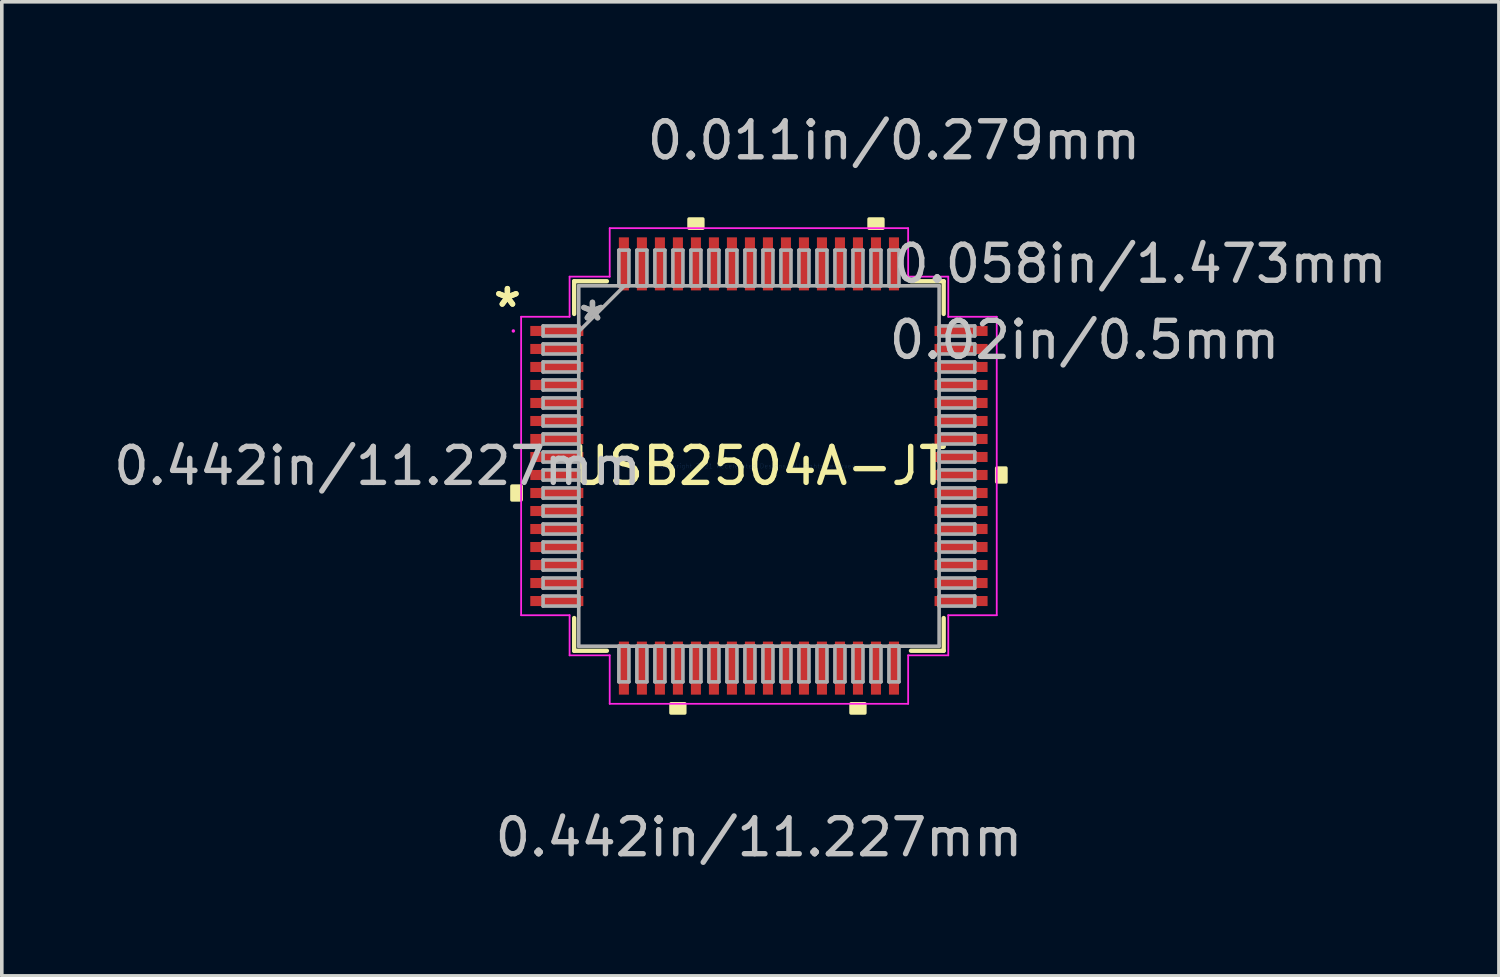
<source format=kicad_pcb>
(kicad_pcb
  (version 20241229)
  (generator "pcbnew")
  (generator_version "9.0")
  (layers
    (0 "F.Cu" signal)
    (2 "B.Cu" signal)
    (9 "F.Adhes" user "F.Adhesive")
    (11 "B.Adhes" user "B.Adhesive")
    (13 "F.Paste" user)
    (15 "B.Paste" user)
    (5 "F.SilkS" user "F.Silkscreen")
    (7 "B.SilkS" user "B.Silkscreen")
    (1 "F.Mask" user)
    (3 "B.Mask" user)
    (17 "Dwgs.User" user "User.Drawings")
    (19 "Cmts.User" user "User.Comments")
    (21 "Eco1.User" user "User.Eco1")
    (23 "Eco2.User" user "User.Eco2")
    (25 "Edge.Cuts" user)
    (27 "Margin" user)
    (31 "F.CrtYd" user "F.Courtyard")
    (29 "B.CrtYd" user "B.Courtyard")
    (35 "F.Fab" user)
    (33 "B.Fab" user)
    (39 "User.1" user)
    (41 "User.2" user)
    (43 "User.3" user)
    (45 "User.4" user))
  (footprint "USB2504A-JT"
    (layer "F.Cu")
    (at 18.026 9.891)
    (property "Reference" "USB2504A-JT" (at 0 0 0) (layer "F.SilkS") (effects (font (size 1 1) (thickness 0.15))))
    (attr through_hole)
    (fp_line (start -5.131 -5.131) (end -5.131 -4.222) (stroke (width 0.12) (type solid)) (layer "F.SilkS"))
    (fp_line (start -5.131 4.222) (end -5.131 5.131) (stroke (width 0.12) (type solid)) (layer "F.SilkS"))
    (fp_line (start -5.131 5.131) (end -4.222 5.131) (stroke (width 0.12) (type solid)) (layer "F.SilkS"))
    (fp_line (start -4.222 -5.131) (end -5.131 -5.131) (stroke (width 0.12) (type solid)) (layer "F.SilkS"))
    (fp_line (start 4.222 5.131) (end 5.131 5.131) (stroke (width 0.12) (type solid)) (layer "F.SilkS"))
    (fp_line (start 5.131 -5.131) (end 4.222 -5.131) (stroke (width 0.12) (type solid)) (layer "F.SilkS"))
    (fp_line (start 5.131 -4.222) (end 5.131 -5.131) (stroke (width 0.12) (type solid)) (layer "F.SilkS"))
    (fp_line (start 5.131 5.131) (end 5.131 4.222) (stroke (width 0.12) (type solid)) (layer "F.SilkS"))
    (fp_poly (pts (xy -6.858 0.56) (xy -6.858 0.941) (xy -6.604 0.941) (xy -6.604 0.56)) (stroke (width 0.1) (type solid)) (fill yes) (layer "F.SilkS"))
    (fp_poly (pts (xy -2.441 6.604) (xy -2.441 6.858) (xy -2.06 6.858) (xy -2.06 6.604)) (stroke (width 0.1) (type solid)) (fill yes) (layer "F.SilkS"))
    (fp_poly (pts (xy -1.94 -6.604) (xy -1.94 -6.858) (xy -1.559 -6.858) (xy -1.559 -6.604)) (stroke (width 0.1) (type solid)) (fill yes) (layer "F.SilkS"))
    (fp_poly (pts (xy 2.559 6.604) (xy 2.559 6.858) (xy 2.941 6.858) (xy 2.941 6.604)) (stroke (width 0.1) (type solid)) (fill yes) (layer "F.SilkS"))
    (fp_poly (pts (xy 3.06 -6.604) (xy 3.06 -6.858) (xy 3.441 -6.858) (xy 3.441 -6.604)) (stroke (width 0.1) (type solid)) (fill yes) (layer "F.SilkS"))
    (fp_poly (pts (xy 6.858 0.059) (xy 6.858 0.441) (xy 6.604 0.441) (xy 6.604 0.059)) (stroke (width 0.1) (type solid)) (fill yes) (layer "F.SilkS"))
    (fp_line (start -6.604 -4.144) (end -5.258 -4.144) (stroke (width 0.05) (type solid)) (layer "F.CrtYd"))
    (fp_line (start -6.604 4.144) (end -6.604 -4.144) (stroke (width 0.05) (type solid)) (layer "F.CrtYd"))
    (fp_line (start -5.258 -5.258) (end -4.144 -5.258) (stroke (width 0.05) (type solid)) (layer "F.CrtYd"))
    (fp_line (start -5.258 -4.144) (end -5.258 -5.258) (stroke (width 0.05) (type solid)) (layer "F.CrtYd"))
    (fp_line (start -5.258 4.144) (end -6.604 4.144) (stroke (width 0.05) (type solid)) (layer "F.CrtYd"))
    (fp_line (start -5.258 5.258) (end -5.258 4.144) (stroke (width 0.05) (type solid)) (layer "F.CrtYd"))
    (fp_line (start -4.144 -6.604) (end 4.144 -6.604) (stroke (width 0.05) (type solid)) (layer "F.CrtYd"))
    (fp_line (start -4.144 -5.258) (end -4.144 -6.604) (stroke (width 0.05) (type solid)) (layer "F.CrtYd"))
    (fp_line (start -4.144 5.258) (end -5.258 5.258) (stroke (width 0.05) (type solid)) (layer "F.CrtYd"))
    (fp_line (start -4.144 6.604) (end -4.144 5.258) (stroke (width 0.05) (type solid)) (layer "F.CrtYd"))
    (fp_line (start 4.144 -6.604) (end 4.144 -5.258) (stroke (width 0.05) (type solid)) (layer "F.CrtYd"))
    (fp_line (start 4.144 -5.258) (end 5.258 -5.258) (stroke (width 0.05) (type solid)) (layer "F.CrtYd"))
    (fp_line (start 4.144 5.258) (end 4.144 6.604) (stroke (width 0.05) (type solid)) (layer "F.CrtYd"))
    (fp_line (start 4.144 6.604) (end -4.144 6.604) (stroke (width 0.05) (type solid)) (layer "F.CrtYd"))
    (fp_line (start 5.258 -5.258) (end 5.258 -4.144) (stroke (width 0.05) (type solid)) (layer "F.CrtYd"))
    (fp_line (start 5.258 -4.144) (end 6.604 -4.144) (stroke (width 0.05) (type solid)) (layer "F.CrtYd"))
    (fp_line (start 5.258 4.144) (end 5.258 5.258) (stroke (width 0.05) (type solid)) (layer "F.CrtYd"))
    (fp_line (start 5.258 5.258) (end 4.144 5.258) (stroke (width 0.05) (type solid)) (layer "F.CrtYd"))
    (fp_line (start 6.604 -4.144) (end 6.604 4.144) (stroke (width 0.05) (type solid)) (layer "F.CrtYd"))
    (fp_line (start 6.604 4.144) (end 5.258 4.144) (stroke (width 0.05) (type solid)) (layer "F.CrtYd"))
    (fp_circle (center -6.82 -3.75) (end -6.82 -3.75) (stroke (width 0.05) (type solid)) (fill no) (layer "F.CrtYd"))
    (fp_line (start -5.994 -3.89) (end -5.994 -3.61) (stroke (width 0.1) (type solid)) (layer "F.Fab"))
    (fp_line (start -5.994 -3.61) (end -5.004 -3.61) (stroke (width 0.1) (type solid)) (layer "F.Fab"))
    (fp_line (start -5.994 -3.39) (end -5.994 -3.11) (stroke (width 0.1) (type solid)) (layer "F.Fab"))
    (fp_line (start -5.994 -3.11) (end -5.004 -3.11) (stroke (width 0.1) (type solid)) (layer "F.Fab"))
    (fp_line (start -5.994 -2.89) (end -5.994 -2.61) (stroke (width 0.1) (type solid)) (layer "F.Fab"))
    (fp_line (start -5.994 -2.61) (end -5.004 -2.61) (stroke (width 0.1) (type solid)) (layer "F.Fab"))
    (fp_line (start -5.994 -2.39) (end -5.994 -2.11) (stroke (width 0.1) (type solid)) (layer "F.Fab"))
    (fp_line (start -5.994 -2.11) (end -5.004 -2.11) (stroke (width 0.1) (type solid)) (layer "F.Fab"))
    (fp_line (start -5.994 -1.89) (end -5.994 -1.61) (stroke (width 0.1) (type solid)) (layer "F.Fab"))
    (fp_line (start -5.994 -1.61) (end -5.004 -1.61) (stroke (width 0.1) (type solid)) (layer "F.Fab"))
    (fp_line (start -5.994 -1.39) (end -5.994 -1.11) (stroke (width 0.1) (type solid)) (layer "F.Fab"))
    (fp_line (start -5.994 -1.11) (end -5.004 -1.11) (stroke (width 0.1) (type solid)) (layer "F.Fab"))
    (fp_line (start -5.994 -0.89) (end -5.994 -0.61) (stroke (width 0.1) (type solid)) (layer "F.Fab"))
    (fp_line (start -5.994 -0.61) (end -5.004 -0.61) (stroke (width 0.1) (type solid)) (layer "F.Fab"))
    (fp_line (start -5.994 -0.39) (end -5.994 -0.11) (stroke (width 0.1) (type solid)) (layer "F.Fab"))
    (fp_line (start -5.994 -0.11) (end -5.004 -0.11) (stroke (width 0.1) (type solid)) (layer "F.Fab"))
    (fp_line (start -5.994 0.11) (end -5.994 0.39) (stroke (width 0.1) (type solid)) (layer "F.Fab"))
    (fp_line (start -5.994 0.39) (end -5.004 0.39) (stroke (width 0.1) (type solid)) (layer "F.Fab"))
    (fp_line (start -5.994 0.61) (end -5.994 0.89) (stroke (width 0.1) (type solid)) (layer "F.Fab"))
    (fp_line (start -5.994 0.89) (end -5.004 0.89) (stroke (width 0.1) (type solid)) (layer "F.Fab"))
    (fp_line (start -5.994 1.11) (end -5.994 1.39) (stroke (width 0.1) (type solid)) (layer "F.Fab"))
    (fp_line (start -5.994 1.39) (end -5.004 1.39) (stroke (width 0.1) (type solid)) (layer "F.Fab"))
    (fp_line (start -5.994 1.61) (end -5.994 1.89) (stroke (width 0.1) (type solid)) (layer "F.Fab"))
    (fp_line (start -5.994 1.89) (end -5.004 1.89) (stroke (width 0.1) (type solid)) (layer "F.Fab"))
    (fp_line (start -5.994 2.11) (end -5.994 2.39) (stroke (width 0.1) (type solid)) (layer "F.Fab"))
    (fp_line (start -5.994 2.39) (end -5.004 2.39) (stroke (width 0.1) (type solid)) (layer "F.Fab"))
    (fp_line (start -5.994 2.61) (end -5.994 2.89) (stroke (width 0.1) (type solid)) (layer "F.Fab"))
    (fp_line (start -5.994 2.89) (end -5.004 2.89) (stroke (width 0.1) (type solid)) (layer "F.Fab"))
    (fp_line (start -5.994 3.11) (end -5.994 3.39) (stroke (width 0.1) (type solid)) (layer "F.Fab"))
    (fp_line (start -5.994 3.39) (end -5.004 3.39) (stroke (width 0.1) (type solid)) (layer "F.Fab"))
    (fp_line (start -5.994 3.61) (end -5.994 3.89) (stroke (width 0.1) (type solid)) (layer "F.Fab"))
    (fp_line (start -5.994 3.89) (end -5.004 3.89) (stroke (width 0.1) (type solid)) (layer "F.Fab"))
    (fp_line (start -5.004 -5.004) (end -5.004 -5.004) (stroke (width 0.1) (type solid)) (layer "F.Fab"))
    (fp_line (start -5.004 -5.004) (end -5.004 5.004) (stroke (width 0.1) (type solid)) (layer "F.Fab"))
    (fp_line (start -5.004 -3.89) (end -5.994 -3.89) (stroke (width 0.1) (type solid)) (layer "F.Fab"))
    (fp_line (start -5.004 -3.734) (end -3.734 -5.004) (stroke (width 0.1) (type solid)) (layer "F.Fab"))
    (fp_line (start -5.004 -3.61) (end -5.004 -3.89) (stroke (width 0.1) (type solid)) (layer "F.Fab"))
    (fp_line (start -5.004 -3.39) (end -5.994 -3.39) (stroke (width 0.1) (type solid)) (layer "F.Fab"))
    (fp_line (start -5.004 -3.11) (end -5.004 -3.39) (stroke (width 0.1) (type solid)) (layer "F.Fab"))
    (fp_line (start -5.004 -2.89) (end -5.994 -2.89) (stroke (width 0.1) (type solid)) (layer "F.Fab"))
    (fp_line (start -5.004 -2.61) (end -5.004 -2.89) (stroke (width 0.1) (type solid)) (layer "F.Fab"))
    (fp_line (start -5.004 -2.39) (end -5.994 -2.39) (stroke (width 0.1) (type solid)) (layer "F.Fab"))
    (fp_line (start -5.004 -2.11) (end -5.004 -2.39) (stroke (width 0.1) (type solid)) (layer "F.Fab"))
    (fp_line (start -5.004 -1.89) (end -5.994 -1.89) (stroke (width 0.1) (type solid)) (layer "F.Fab"))
    (fp_line (start -5.004 -1.61) (end -5.004 -1.89) (stroke (width 0.1) (type solid)) (layer "F.Fab"))
    (fp_line (start -5.004 -1.39) (end -5.994 -1.39) (stroke (width 0.1) (type solid)) (layer "F.Fab"))
    (fp_line (start -5.004 -1.11) (end -5.004 -1.39) (stroke (width 0.1) (type solid)) (layer "F.Fab"))
    (fp_line (start -5.004 -0.89) (end -5.994 -0.89) (stroke (width 0.1) (type solid)) (layer "F.Fab"))
    (fp_line (start -5.004 -0.61) (end -5.004 -0.89) (stroke (width 0.1) (type solid)) (layer "F.Fab"))
    (fp_line (start -5.004 -0.39) (end -5.994 -0.39) (stroke (width 0.1) (type solid)) (layer "F.Fab"))
    (fp_line (start -5.004 -0.11) (end -5.004 -0.39) (stroke (width 0.1) (type solid)) (layer "F.Fab"))
    (fp_line (start -5.004 0.11) (end -5.994 0.11) (stroke (width 0.1) (type solid)) (layer "F.Fab"))
    (fp_line (start -5.004 0.39) (end -5.004 0.11) (stroke (width 0.1) (type solid)) (layer "F.Fab"))
    (fp_line (start -5.004 0.61) (end -5.994 0.61) (stroke (width 0.1) (type solid)) (layer "F.Fab"))
    (fp_line (start -5.004 0.89) (end -5.004 0.61) (stroke (width 0.1) (type solid)) (layer "F.Fab"))
    (fp_line (start -5.004 1.11) (end -5.994 1.11) (stroke (width 0.1) (type solid)) (layer "F.Fab"))
    (fp_line (start -5.004 1.39) (end -5.004 1.11) (stroke (width 0.1) (type solid)) (layer "F.Fab"))
    (fp_line (start -5.004 1.61) (end -5.994 1.61) (stroke (width 0.1) (type solid)) (layer "F.Fab"))
    (fp_line (start -5.004 1.89) (end -5.004 1.61) (stroke (width 0.1) (type solid)) (layer "F.Fab"))
    (fp_line (start -5.004 2.11) (end -5.994 2.11) (stroke (width 0.1) (type solid)) (layer "F.Fab"))
    (fp_line (start -5.004 2.39) (end -5.004 2.11) (stroke (width 0.1) (type solid)) (layer "F.Fab"))
    (fp_line (start -5.004 2.61) (end -5.994 2.61) (stroke (width 0.1) (type solid)) (layer "F.Fab"))
    (fp_line (start -5.004 2.89) (end -5.004 2.61) (stroke (width 0.1) (type solid)) (layer "F.Fab"))
    (fp_line (start -5.004 3.11) (end -5.994 3.11) (stroke (width 0.1) (type solid)) (layer "F.Fab"))
    (fp_line (start -5.004 3.39) (end -5.004 3.11) (stroke (width 0.1) (type solid)) (layer "F.Fab"))
    (fp_line (start -5.004 3.61) (end -5.994 3.61) (stroke (width 0.1) (type solid)) (layer "F.Fab"))
    (fp_line (start -5.004 3.89) (end -5.004 3.61) (stroke (width 0.1) (type solid)) (layer "F.Fab"))
    (fp_line (start -5.004 5.004) (end -5.004 5.004) (stroke (width 0.1) (type solid)) (layer "F.Fab"))
    (fp_line (start -5.004 5.004) (end 5.004 5.004) (stroke (width 0.1) (type solid)) (layer "F.Fab"))
    (fp_line (start -3.89 -5.994) (end -3.89 -5.004) (stroke (width 0.1) (type solid)) (layer "F.Fab"))
    (fp_line (start -3.89 -5.004) (end -3.61 -5.004) (stroke (width 0.1) (type solid)) (layer "F.Fab"))
    (fp_line (start -3.89 5.004) (end -3.89 5.994) (stroke (width 0.1) (type solid)) (layer "F.Fab"))
    (fp_line (start -3.89 5.994) (end -3.61 5.994) (stroke (width 0.1) (type solid)) (layer "F.Fab"))
    (fp_line (start -3.61 -5.994) (end -3.89 -5.994) (stroke (width 0.1) (type solid)) (layer "F.Fab"))
    (fp_line (start -3.61 -5.004) (end -3.61 -5.994) (stroke (width 0.1) (type solid)) (layer "F.Fab"))
    (fp_line (start -3.61 5.004) (end -3.89 5.004) (stroke (width 0.1) (type solid)) (layer "F.Fab"))
    (fp_line (start -3.61 5.994) (end -3.61 5.004) (stroke (width 0.1) (type solid)) (layer "F.Fab"))
    (fp_line (start -3.39 -5.994) (end -3.39 -5.004) (stroke (width 0.1) (type solid)) (layer "F.Fab"))
    (fp_line (start -3.39 -5.004) (end -3.11 -5.004) (stroke (width 0.1) (type solid)) (layer "F.Fab"))
    (fp_line (start -3.39 5.004) (end -3.39 5.994) (stroke (width 0.1) (type solid)) (layer "F.Fab"))
    (fp_line (start -3.39 5.994) (end -3.11 5.994) (stroke (width 0.1) (type solid)) (layer "F.Fab"))
    (fp_line (start -3.11 -5.994) (end -3.39 -5.994) (stroke (width 0.1) (type solid)) (layer "F.Fab"))
    (fp_line (start -3.11 -5.004) (end -3.11 -5.994) (stroke (width 0.1) (type solid)) (layer "F.Fab"))
    (fp_line (start -3.11 5.004) (end -3.39 5.004) (stroke (width 0.1) (type solid)) (layer "F.Fab"))
    (fp_line (start -3.11 5.994) (end -3.11 5.004) (stroke (width 0.1) (type solid)) (layer "F.Fab"))
    (fp_line (start -2.89 -5.994) (end -2.89 -5.004) (stroke (width 0.1) (type solid)) (layer "F.Fab"))
    (fp_line (start -2.89 -5.004) (end -2.61 -5.004) (stroke (width 0.1) (type solid)) (layer "F.Fab"))
    (fp_line (start -2.89 5.004) (end -2.89 5.994) (stroke (width 0.1) (type solid)) (layer "F.Fab"))
    (fp_line (start -2.89 5.994) (end -2.61 5.994) (stroke (width 0.1) (type solid)) (layer "F.Fab"))
    (fp_line (start -2.61 -5.994) (end -2.89 -5.994) (stroke (width 0.1) (type solid)) (layer "F.Fab"))
    (fp_line (start -2.61 -5.004) (end -2.61 -5.994) (stroke (width 0.1) (type solid)) (layer "F.Fab"))
    (fp_line (start -2.61 5.004) (end -2.89 5.004) (stroke (width 0.1) (type solid)) (layer "F.Fab"))
    (fp_line (start -2.61 5.994) (end -2.61 5.004) (stroke (width 0.1) (type solid)) (layer "F.Fab"))
    (fp_line (start -2.39 -5.994) (end -2.39 -5.004) (stroke (width 0.1) (type solid)) (layer "F.Fab"))
    (fp_line (start -2.39 -5.004) (end -2.11 -5.004) (stroke (width 0.1) (type solid)) (layer "F.Fab"))
    (fp_line (start -2.39 5.004) (end -2.39 5.994) (stroke (width 0.1) (type solid)) (layer "F.Fab"))
    (fp_line (start -2.39 5.994) (end -2.11 5.994) (stroke (width 0.1) (type solid)) (layer "F.Fab"))
    (fp_line (start -2.11 -5.994) (end -2.39 -5.994) (stroke (width 0.1) (type solid)) (layer "F.Fab"))
    (fp_line (start -2.11 -5.004) (end -2.11 -5.994) (stroke (width 0.1) (type solid)) (layer "F.Fab"))
    (fp_line (start -2.11 5.004) (end -2.39 5.004) (stroke (width 0.1) (type solid)) (layer "F.Fab"))
    (fp_line (start -2.11 5.994) (end -2.11 5.004) (stroke (width 0.1) (type solid)) (layer "F.Fab"))
    (fp_line (start -1.89 -5.994) (end -1.89 -5.004) (stroke (width 0.1) (type solid)) (layer "F.Fab"))
    (fp_line (start -1.89 -5.004) (end -1.61 -5.004) (stroke (width 0.1) (type solid)) (layer "F.Fab"))
    (fp_line (start -1.89 5.004) (end -1.89 5.994) (stroke (width 0.1) (type solid)) (layer "F.Fab"))
    (fp_line (start -1.89 5.994) (end -1.61 5.994) (stroke (width 0.1) (type solid)) (layer "F.Fab"))
    (fp_line (start -1.61 -5.994) (end -1.89 -5.994) (stroke (width 0.1) (type solid)) (layer "F.Fab"))
    (fp_line (start -1.61 -5.004) (end -1.61 -5.994) (stroke (width 0.1) (type solid)) (layer "F.Fab"))
    (fp_line (start -1.61 5.004) (end -1.89 5.004) (stroke (width 0.1) (type solid)) (layer "F.Fab"))
    (fp_line (start -1.61 5.994) (end -1.61 5.004) (stroke (width 0.1) (type solid)) (layer "F.Fab"))
    (fp_line (start -1.39 -5.994) (end -1.39 -5.004) (stroke (width 0.1) (type solid)) (layer "F.Fab"))
    (fp_line (start -1.39 -5.004) (end -1.11 -5.004) (stroke (width 0.1) (type solid)) (layer "F.Fab"))
    (fp_line (start -1.39 5.004) (end -1.39 5.994) (stroke (width 0.1) (type solid)) (layer "F.Fab"))
    (fp_line (start -1.39 5.994) (end -1.11 5.994) (stroke (width 0.1) (type solid)) (layer "F.Fab"))
    (fp_line (start -1.11 -5.994) (end -1.39 -5.994) (stroke (width 0.1) (type solid)) (layer "F.Fab"))
    (fp_line (start -1.11 -5.004) (end -1.11 -5.994) (stroke (width 0.1) (type solid)) (layer "F.Fab"))
    (fp_line (start -1.11 5.004) (end -1.39 5.004) (stroke (width 0.1) (type solid)) (layer "F.Fab"))
    (fp_line (start -1.11 5.994) (end -1.11 5.004) (stroke (width 0.1) (type solid)) (layer "F.Fab"))
    (fp_line (start -0.89 -5.994) (end -0.89 -5.004) (stroke (width 0.1) (type solid)) (layer "F.Fab"))
    (fp_line (start -0.89 -5.004) (end -0.61 -5.004) (stroke (width 0.1) (type solid)) (layer "F.Fab"))
    (fp_line (start -0.89 5.004) (end -0.89 5.994) (stroke (width 0.1) (type solid)) (layer "F.Fab"))
    (fp_line (start -0.89 5.994) (end -0.61 5.994) (stroke (width 0.1) (type solid)) (layer "F.Fab"))
    (fp_line (start -0.61 -5.994) (end -0.89 -5.994) (stroke (width 0.1) (type solid)) (layer "F.Fab"))
    (fp_line (start -0.61 -5.004) (end -0.61 -5.994) (stroke (width 0.1) (type solid)) (layer "F.Fab"))
    (fp_line (start -0.61 5.004) (end -0.89 5.004) (stroke (width 0.1) (type solid)) (layer "F.Fab"))
    (fp_line (start -0.61 5.994) (end -0.61 5.004) (stroke (width 0.1) (type solid)) (layer "F.Fab"))
    (fp_line (start -0.39 -5.994) (end -0.39 -5.004) (stroke (width 0.1) (type solid)) (layer "F.Fab"))
    (fp_line (start -0.39 -5.004) (end -0.11 -5.004) (stroke (width 0.1) (type solid)) (layer "F.Fab"))
    (fp_line (start -0.39 5.004) (end -0.39 5.994) (stroke (width 0.1) (type solid)) (layer "F.Fab"))
    (fp_line (start -0.39 5.994) (end -0.11 5.994) (stroke (width 0.1) (type solid)) (layer "F.Fab"))
    (fp_line (start -0.11 -5.994) (end -0.39 -5.994) (stroke (width 0.1) (type solid)) (layer "F.Fab"))
    (fp_line (start -0.11 -5.004) (end -0.11 -5.994) (stroke (width 0.1) (type solid)) (layer "F.Fab"))
    (fp_line (start -0.11 5.004) (end -0.39 5.004) (stroke (width 0.1) (type solid)) (layer "F.Fab"))
    (fp_line (start -0.11 5.994) (end -0.11 5.004) (stroke (width 0.1) (type solid)) (layer "F.Fab"))
    (fp_line (start 0.11 -5.994) (end 0.11 -5.004) (stroke (width 0.1) (type solid)) (layer "F.Fab"))
    (fp_line (start 0.11 -5.004) (end 0.39 -5.004) (stroke (width 0.1) (type solid)) (layer "F.Fab"))
    (fp_line (start 0.11 5.004) (end 0.11 5.994) (stroke (width 0.1) (type solid)) (layer "F.Fab"))
    (fp_line (start 0.11 5.994) (end 0.39 5.994) (stroke (width 0.1) (type solid)) (layer "F.Fab"))
    (fp_line (start 0.39 -5.994) (end 0.11 -5.994) (stroke (width 0.1) (type solid)) (layer "F.Fab"))
    (fp_line (start 0.39 -5.004) (end 0.39 -5.994) (stroke (width 0.1) (type solid)) (layer "F.Fab"))
    (fp_line (start 0.39 5.004) (end 0.11 5.004) (stroke (width 0.1) (type solid)) (layer "F.Fab"))
    (fp_line (start 0.39 5.994) (end 0.39 5.004) (stroke (width 0.1) (type solid)) (layer "F.Fab"))
    (fp_line (start 0.61 -5.994) (end 0.61 -5.004) (stroke (width 0.1) (type solid)) (layer "F.Fab"))
    (fp_line (start 0.61 -5.004) (end 0.89 -5.004) (stroke (width 0.1) (type solid)) (layer "F.Fab"))
    (fp_line (start 0.61 5.004) (end 0.61 5.994) (stroke (width 0.1) (type solid)) (layer "F.Fab"))
    (fp_line (start 0.61 5.994) (end 0.89 5.994) (stroke (width 0.1) (type solid)) (layer "F.Fab"))
    (fp_line (start 0.89 -5.994) (end 0.61 -5.994) (stroke (width 0.1) (type solid)) (layer "F.Fab"))
    (fp_line (start 0.89 -5.004) (end 0.89 -5.994) (stroke (width 0.1) (type solid)) (layer "F.Fab"))
    (fp_line (start 0.89 5.004) (end 0.61 5.004) (stroke (width 0.1) (type solid)) (layer "F.Fab"))
    (fp_line (start 0.89 5.994) (end 0.89 5.004) (stroke (width 0.1) (type solid)) (layer "F.Fab"))
    (fp_line (start 1.11 -5.994) (end 1.11 -5.004) (stroke (width 0.1) (type solid)) (layer "F.Fab"))
    (fp_line (start 1.11 -5.004) (end 1.39 -5.004) (stroke (width 0.1) (type solid)) (layer "F.Fab"))
    (fp_line (start 1.11 5.004) (end 1.11 5.994) (stroke (width 0.1) (type solid)) (layer "F.Fab"))
    (fp_line (start 1.11 5.994) (end 1.39 5.994) (stroke (width 0.1) (type solid)) (layer "F.Fab"))
    (fp_line (start 1.39 -5.994) (end 1.11 -5.994) (stroke (width 0.1) (type solid)) (layer "F.Fab"))
    (fp_line (start 1.39 -5.004) (end 1.39 -5.994) (stroke (width 0.1) (type solid)) (layer "F.Fab"))
    (fp_line (start 1.39 5.004) (end 1.11 5.004) (stroke (width 0.1) (type solid)) (layer "F.Fab"))
    (fp_line (start 1.39 5.994) (end 1.39 5.004) (stroke (width 0.1) (type solid)) (layer "F.Fab"))
    (fp_line (start 1.61 -5.994) (end 1.61 -5.004) (stroke (width 0.1) (type solid)) (layer "F.Fab"))
    (fp_line (start 1.61 -5.004) (end 1.89 -5.004) (stroke (width 0.1) (type solid)) (layer "F.Fab"))
    (fp_line (start 1.61 5.004) (end 1.61 5.994) (stroke (width 0.1) (type solid)) (layer "F.Fab"))
    (fp_line (start 1.61 5.994) (end 1.89 5.994) (stroke (width 0.1) (type solid)) (layer "F.Fab"))
    (fp_line (start 1.89 -5.994) (end 1.61 -5.994) (stroke (width 0.1) (type solid)) (layer "F.Fab"))
    (fp_line (start 1.89 -5.004) (end 1.89 -5.994) (stroke (width 0.1) (type solid)) (layer "F.Fab"))
    (fp_line (start 1.89 5.004) (end 1.61 5.004) (stroke (width 0.1) (type solid)) (layer "F.Fab"))
    (fp_line (start 1.89 5.994) (end 1.89 5.004) (stroke (width 0.1) (type solid)) (layer "F.Fab"))
    (fp_line (start 2.11 -5.994) (end 2.11 -5.004) (stroke (width 0.1) (type solid)) (layer "F.Fab"))
    (fp_line (start 2.11 -5.004) (end 2.39 -5.004) (stroke (width 0.1) (type solid)) (layer "F.Fab"))
    (fp_line (start 2.11 5.004) (end 2.11 5.994) (stroke (width 0.1) (type solid)) (layer "F.Fab"))
    (fp_line (start 2.11 5.994) (end 2.39 5.994) (stroke (width 0.1) (type solid)) (layer "F.Fab"))
    (fp_line (start 2.39 -5.994) (end 2.11 -5.994) (stroke (width 0.1) (type solid)) (layer "F.Fab"))
    (fp_line (start 2.39 -5.004) (end 2.39 -5.994) (stroke (width 0.1) (type solid)) (layer "F.Fab"))
    (fp_line (start 2.39 5.004) (end 2.11 5.004) (stroke (width 0.1) (type solid)) (layer "F.Fab"))
    (fp_line (start 2.39 5.994) (end 2.39 5.004) (stroke (width 0.1) (type solid)) (layer "F.Fab"))
    (fp_line (start 2.61 -5.994) (end 2.61 -5.004) (stroke (width 0.1) (type solid)) (layer "F.Fab"))
    (fp_line (start 2.61 -5.004) (end 2.89 -5.004) (stroke (width 0.1) (type solid)) (layer "F.Fab"))
    (fp_line (start 2.61 5.004) (end 2.61 5.994) (stroke (width 0.1) (type solid)) (layer "F.Fab"))
    (fp_line (start 2.61 5.994) (end 2.89 5.994) (stroke (width 0.1) (type solid)) (layer "F.Fab"))
    (fp_line (start 2.89 -5.994) (end 2.61 -5.994) (stroke (width 0.1) (type solid)) (layer "F.Fab"))
    (fp_line (start 2.89 -5.004) (end 2.89 -5.994) (stroke (width 0.1) (type solid)) (layer "F.Fab"))
    (fp_line (start 2.89 5.004) (end 2.61 5.004) (stroke (width 0.1) (type solid)) (layer "F.Fab"))
    (fp_line (start 2.89 5.994) (end 2.89 5.004) (stroke (width 0.1) (type solid)) (layer "F.Fab"))
    (fp_line (start 3.11 -5.994) (end 3.11 -5.004) (stroke (width 0.1) (type solid)) (layer "F.Fab"))
    (fp_line (start 3.11 -5.004) (end 3.39 -5.004) (stroke (width 0.1) (type solid)) (layer "F.Fab"))
    (fp_line (start 3.11 5.004) (end 3.11 5.994) (stroke (width 0.1) (type solid)) (layer "F.Fab"))
    (fp_line (start 3.11 5.994) (end 3.39 5.994) (stroke (width 0.1) (type solid)) (layer "F.Fab"))
    (fp_line (start 3.39 -5.994) (end 3.11 -5.994) (stroke (width 0.1) (type solid)) (layer "F.Fab"))
    (fp_line (start 3.39 -5.004) (end 3.39 -5.994) (stroke (width 0.1) (type solid)) (layer "F.Fab"))
    (fp_line (start 3.39 5.004) (end 3.11 5.004) (stroke (width 0.1) (type solid)) (layer "F.Fab"))
    (fp_line (start 3.39 5.994) (end 3.39 5.004) (stroke (width 0.1) (type solid)) (layer "F.Fab"))
    (fp_line (start 3.61 -5.994) (end 3.61 -5.004) (stroke (width 0.1) (type solid)) (layer "F.Fab"))
    (fp_line (start 3.61 -5.004) (end 3.89 -5.004) (stroke (width 0.1) (type solid)) (layer "F.Fab"))
    (fp_line (start 3.61 5.004) (end 3.61 5.994) (stroke (width 0.1) (type solid)) (layer "F.Fab"))
    (fp_line (start 3.61 5.994) (end 3.89 5.994) (stroke (width 0.1) (type solid)) (layer "F.Fab"))
    (fp_line (start 3.89 -5.994) (end 3.61 -5.994) (stroke (width 0.1) (type solid)) (layer "F.Fab"))
    (fp_line (start 3.89 -5.004) (end 3.89 -5.994) (stroke (width 0.1) (type solid)) (layer "F.Fab"))
    (fp_line (start 3.89 5.004) (end 3.61 5.004) (stroke (width 0.1) (type solid)) (layer "F.Fab"))
    (fp_line (start 3.89 5.994) (end 3.89 5.004) (stroke (width 0.1) (type solid)) (layer "F.Fab"))
    (fp_line (start 5.004 -5.004) (end -5.004 -5.004) (stroke (width 0.1) (type solid)) (layer "F.Fab"))
    (fp_line (start 5.004 -5.004) (end 5.004 -5.004) (stroke (width 0.1) (type solid)) (layer "F.Fab"))
    (fp_line (start 5.004 -3.89) (end 5.004 -3.61) (stroke (width 0.1) (type solid)) (layer "F.Fab"))
    (fp_line (start 5.004 -3.61) (end 5.994 -3.61) (stroke (width 0.1) (type solid)) (layer "F.Fab"))
    (fp_line (start 5.004 -3.39) (end 5.004 -3.11) (stroke (width 0.1) (type solid)) (layer "F.Fab"))
    (fp_line (start 5.004 -3.11) (end 5.994 -3.11) (stroke (width 0.1) (type solid)) (layer "F.Fab"))
    (fp_line (start 5.004 -2.89) (end 5.004 -2.61) (stroke (width 0.1) (type solid)) (layer "F.Fab"))
    (fp_line (start 5.004 -2.61) (end 5.994 -2.61) (stroke (width 0.1) (type solid)) (layer "F.Fab"))
    (fp_line (start 5.004 -2.39) (end 5.004 -2.11) (stroke (width 0.1) (type solid)) (layer "F.Fab"))
    (fp_line (start 5.004 -2.11) (end 5.994 -2.11) (stroke (width 0.1) (type solid)) (layer "F.Fab"))
    (fp_line (start 5.004 -1.89) (end 5.004 -1.61) (stroke (width 0.1) (type solid)) (layer "F.Fab"))
    (fp_line (start 5.004 -1.61) (end 5.994 -1.61) (stroke (width 0.1) (type solid)) (layer "F.Fab"))
    (fp_line (start 5.004 -1.39) (end 5.004 -1.11) (stroke (width 0.1) (type solid)) (layer "F.Fab"))
    (fp_line (start 5.004 -1.11) (end 5.994 -1.11) (stroke (width 0.1) (type solid)) (layer "F.Fab"))
    (fp_line (start 5.004 -0.89) (end 5.004 -0.61) (stroke (width 0.1) (type solid)) (layer "F.Fab"))
    (fp_line (start 5.004 -0.61) (end 5.994 -0.61) (stroke (width 0.1) (type solid)) (layer "F.Fab"))
    (fp_line (start 5.004 -0.39) (end 5.004 -0.11) (stroke (width 0.1) (type solid)) (layer "F.Fab"))
    (fp_line (start 5.004 -0.11) (end 5.994 -0.11) (stroke (width 0.1) (type solid)) (layer "F.Fab"))
    (fp_line (start 5.004 0.11) (end 5.004 0.39) (stroke (width 0.1) (type solid)) (layer "F.Fab"))
    (fp_line (start 5.004 0.39) (end 5.994 0.39) (stroke (width 0.1) (type solid)) (layer "F.Fab"))
    (fp_line (start 5.004 0.61) (end 5.004 0.89) (stroke (width 0.1) (type solid)) (layer "F.Fab"))
    (fp_line (start 5.004 0.89) (end 5.994 0.89) (stroke (width 0.1) (type solid)) (layer "F.Fab"))
    (fp_line (start 5.004 1.11) (end 5.004 1.39) (stroke (width 0.1) (type solid)) (layer "F.Fab"))
    (fp_line (start 5.004 1.39) (end 5.994 1.39) (stroke (width 0.1) (type solid)) (layer "F.Fab"))
    (fp_line (start 5.004 1.61) (end 5.004 1.89) (stroke (width 0.1) (type solid)) (layer "F.Fab"))
    (fp_line (start 5.004 1.89) (end 5.994 1.89) (stroke (width 0.1) (type solid)) (layer "F.Fab"))
    (fp_line (start 5.004 2.11) (end 5.004 2.39) (stroke (width 0.1) (type solid)) (layer "F.Fab"))
    (fp_line (start 5.004 2.39) (end 5.994 2.39) (stroke (width 0.1) (type solid)) (layer "F.Fab"))
    (fp_line (start 5.004 2.61) (end 5.004 2.89) (stroke (width 0.1) (type solid)) (layer "F.Fab"))
    (fp_line (start 5.004 2.89) (end 5.994 2.89) (stroke (width 0.1) (type solid)) (layer "F.Fab"))
    (fp_line (start 5.004 3.11) (end 5.004 3.39) (stroke (width 0.1) (type solid)) (layer "F.Fab"))
    (fp_line (start 5.004 3.39) (end 5.994 3.39) (stroke (width 0.1) (type solid)) (layer "F.Fab"))
    (fp_line (start 5.004 3.61) (end 5.004 3.89) (stroke (width 0.1) (type solid)) (layer "F.Fab"))
    (fp_line (start 5.004 3.89) (end 5.994 3.89) (stroke (width 0.1) (type solid)) (layer "F.Fab"))
    (fp_line (start 5.004 5.004) (end 5.004 -5.004) (stroke (width 0.1) (type solid)) (layer "F.Fab"))
    (fp_line (start 5.004 5.004) (end 5.004 5.004) (stroke (width 0.1) (type solid)) (layer "F.Fab"))
    (fp_line (start 5.994 -3.89) (end 5.004 -3.89) (stroke (width 0.1) (type solid)) (layer "F.Fab"))
    (fp_line (start 5.994 -3.61) (end 5.994 -3.89) (stroke (width 0.1) (type solid)) (layer "F.Fab"))
    (fp_line (start 5.994 -3.39) (end 5.004 -3.39) (stroke (width 0.1) (type solid)) (layer "F.Fab"))
    (fp_line (start 5.994 -3.11) (end 5.994 -3.39) (stroke (width 0.1) (type solid)) (layer "F.Fab"))
    (fp_line (start 5.994 -2.89) (end 5.004 -2.89) (stroke (width 0.1) (type solid)) (layer "F.Fab"))
    (fp_line (start 5.994 -2.61) (end 5.994 -2.89) (stroke (width 0.1) (type solid)) (layer "F.Fab"))
    (fp_line (start 5.994 -2.39) (end 5.004 -2.39) (stroke (width 0.1) (type solid)) (layer "F.Fab"))
    (fp_line (start 5.994 -2.11) (end 5.994 -2.39) (stroke (width 0.1) (type solid)) (layer "F.Fab"))
    (fp_line (start 5.994 -1.89) (end 5.004 -1.89) (stroke (width 0.1) (type solid)) (layer "F.Fab"))
    (fp_line (start 5.994 -1.61) (end 5.994 -1.89) (stroke (width 0.1) (type solid)) (layer "F.Fab"))
    (fp_line (start 5.994 -1.39) (end 5.004 -1.39) (stroke (width 0.1) (type solid)) (layer "F.Fab"))
    (fp_line (start 5.994 -1.11) (end 5.994 -1.39) (stroke (width 0.1) (type solid)) (layer "F.Fab"))
    (fp_line (start 5.994 -0.89) (end 5.004 -0.89) (stroke (width 0.1) (type solid)) (layer "F.Fab"))
    (fp_line (start 5.994 -0.61) (end 5.994 -0.89) (stroke (width 0.1) (type solid)) (layer "F.Fab"))
    (fp_line (start 5.994 -0.39) (end 5.004 -0.39) (stroke (width 0.1) (type solid)) (layer "F.Fab"))
    (fp_line (start 5.994 -0.11) (end 5.994 -0.39) (stroke (width 0.1) (type solid)) (layer "F.Fab"))
    (fp_line (start 5.994 0.11) (end 5.004 0.11) (stroke (width 0.1) (type solid)) (layer "F.Fab"))
    (fp_line (start 5.994 0.39) (end 5.994 0.11) (stroke (width 0.1) (type solid)) (layer "F.Fab"))
    (fp_line (start 5.994 0.61) (end 5.004 0.61) (stroke (width 0.1) (type solid)) (layer "F.Fab"))
    (fp_line (start 5.994 0.89) (end 5.994 0.61) (stroke (width 0.1) (type solid)) (layer "F.Fab"))
    (fp_line (start 5.994 1.11) (end 5.004 1.11) (stroke (width 0.1) (type solid)) (layer "F.Fab"))
    (fp_line (start 5.994 1.39) (end 5.994 1.11) (stroke (width 0.1) (type solid)) (layer "F.Fab"))
    (fp_line (start 5.994 1.61) (end 5.004 1.61) (stroke (width 0.1) (type solid)) (layer "F.Fab"))
    (fp_line (start 5.994 1.89) (end 5.994 1.61) (stroke (width 0.1) (type solid)) (layer "F.Fab"))
    (fp_line (start 5.994 2.11) (end 5.004 2.11) (stroke (width 0.1) (type solid)) (layer "F.Fab"))
    (fp_line (start 5.994 2.39) (end 5.994 2.11) (stroke (width 0.1) (type solid)) (layer "F.Fab"))
    (fp_line (start 5.994 2.61) (end 5.004 2.61) (stroke (width 0.1) (type solid)) (layer "F.Fab"))
    (fp_line (start 5.994 2.89) (end 5.994 2.61) (stroke (width 0.1) (type solid)) (layer "F.Fab"))
    (fp_line (start 5.994 3.11) (end 5.004 3.11) (stroke (width 0.1) (type solid)) (layer "F.Fab"))
    (fp_line (start 5.994 3.39) (end 5.994 3.11) (stroke (width 0.1) (type solid)) (layer "F.Fab"))
    (fp_line (start 5.994 3.61) (end 5.004 3.61) (stroke (width 0.1) (type solid)) (layer "F.Fab"))
    (fp_line (start 5.994 3.89) (end 5.994 3.61) (stroke (width 0.1) (type solid)) (layer "F.Fab"))
    (fp_text user "*" (at -6.985 -4.381 0) (layer "F.SilkS") (effects (font (size 1 1) (thickness 0.15))))
    (fp_text user "*" (at -6.985 -4.381 0) (layer "F.SilkS") (effects (font (size 1 1) (thickness 0.15))))
    (fp_text user "0.011in/0.279mm" (at 3.75 -9.042 0) (layer "Dwgs.User") (effects (font (size 1 1) (thickness 0.15))))
    (fp_text user "0.442in/11.227mm" (at -10.592 0 0) (layer "Dwgs.User") (effects (font (size 1 1) (thickness 0.15))))
    (fp_text user "0.058in/1.473mm" (at 10.592 -5.613 0) (layer "Dwgs.User") (effects (font (size 1 1) (thickness 0.15))))
    (fp_text user "0.442in/11.227mm" (at 0 10.312 0) (layer "Dwgs.User") (effects (font (size 1 1) (thickness 0.15))))
    (fp_text user "0.02in/0.5mm" (at 9.042 -3.5 0) (layer "Dwgs.User") (effects (font (size 1 1) (thickness 0.15))))
    (fp_text user "Copyright 2021 Accelerated Designs. All rights reserved." (at 0 0 0) (layer "Cmts.User") (effects (font (size 0.127 0.127) (thickness 0.002))))
    (fp_text user "*" (at -4.623 -4 0) (layer "F.Fab") (effects (font (size 1 1) (thickness 0.15))))
    (fp_text user "*" (at -4.623 -4 0) (layer "F.Fab") (effects (font (size 1 1) (thickness 0.15))))
    (pad "1" smd rect (at -5.613 -3.75 90) (size 0.279 1.473) (layers "F.Cu" "F.Mask" "F.Paste"))
    (pad "2" smd rect (at -5.613 -3.25 90) (size 0.279 1.473) (layers "F.Cu" "F.Mask" "F.Paste"))
    (pad "3" smd rect (at -5.613 -2.75 90) (size 0.279 1.473) (layers "F.Cu" "F.Mask" "F.Paste"))
    (pad "4" smd rect (at -5.613 -2.25 90) (size 0.279 1.473) (layers "F.Cu" "F.Mask" "F.Paste"))
    (pad "5" smd rect (at -5.613 -1.75 90) (size 0.279 1.473) (layers "F.Cu" "F.Mask" "F.Paste"))
    (pad "6" smd rect (at -5.613 -1.25 90) (size 0.279 1.473) (layers "F.Cu" "F.Mask" "F.Paste"))
    (pad "7" smd rect (at -5.613 -0.75 90) (size 0.279 1.473) (layers "F.Cu" "F.Mask" "F.Paste"))
    (pad "8" smd rect (at -5.613 -0.25 90) (size 0.279 1.473) (layers "F.Cu" "F.Mask" "F.Paste"))
    (pad "9" smd rect (at -5.613 0.25 90) (size 0.279 1.473) (layers "F.Cu" "F.Mask" "F.Paste"))
    (pad "10" smd rect (at -5.613 0.75 90) (size 0.279 1.473) (layers "F.Cu" "F.Mask" "F.Paste"))
    (pad "11" smd rect (at -5.613 1.25 90) (size 0.279 1.473) (layers "F.Cu" "F.Mask" "F.Paste"))
    (pad "12" smd rect (at -5.613 1.75 90) (size 0.279 1.473) (layers "F.Cu" "F.Mask" "F.Paste"))
    (pad "13" smd rect (at -5.613 2.25 90) (size 0.279 1.473) (layers "F.Cu" "F.Mask" "F.Paste"))
    (pad "14" smd rect (at -5.613 2.75 90) (size 0.279 1.473) (layers "F.Cu" "F.Mask" "F.Paste"))
    (pad "15" smd rect (at -5.613 3.25 90) (size 0.279 1.473) (layers "F.Cu" "F.Mask" "F.Paste"))
    (pad "16" smd rect (at -5.613 3.75 90) (size 0.279 1.473) (layers "F.Cu" "F.Mask" "F.Paste"))
    (pad "17" smd rect (at -3.75 5.613) (size 0.279 1.473) (layers "F.Cu" "F.Mask" "F.Paste"))
    (pad "18" smd rect (at -3.25 5.613) (size 0.279 1.473) (layers "F.Cu" "F.Mask" "F.Paste"))
    (pad "19" smd rect (at -2.75 5.613) (size 0.279 1.473) (layers "F.Cu" "F.Mask" "F.Paste"))
    (pad "20" smd rect (at -2.25 5.613) (size 0.279 1.473) (layers "F.Cu" "F.Mask" "F.Paste"))
    (pad "21" smd rect (at -1.75 5.613) (size 0.279 1.473) (layers "F.Cu" "F.Mask" "F.Paste"))
    (pad "22" smd rect (at -1.25 5.613) (size 0.279 1.473) (layers "F.Cu" "F.Mask" "F.Paste"))
    (pad "23" smd rect (at -0.75 5.613) (size 0.279 1.473) (layers "F.Cu" "F.Mask" "F.Paste"))
    (pad "24" smd rect (at -0.25 5.613) (size 0.279 1.473) (layers "F.Cu" "F.Mask" "F.Paste"))
    (pad "25" smd rect (at 0.25 5.613) (size 0.279 1.473) (layers "F.Cu" "F.Mask" "F.Paste"))
    (pad "26" smd rect (at 0.75 5.613) (size 0.279 1.473) (layers "F.Cu" "F.Mask" "F.Paste"))
    (pad "27" smd rect (at 1.25 5.613) (size 0.279 1.473) (layers "F.Cu" "F.Mask" "F.Paste"))
    (pad "28" smd rect (at 1.75 5.613) (size 0.279 1.473) (layers "F.Cu" "F.Mask" "F.Paste"))
    (pad "29" smd rect (at 2.25 5.613) (size 0.279 1.473) (layers "F.Cu" "F.Mask" "F.Paste"))
    (pad "30" smd rect (at 2.75 5.613) (size 0.279 1.473) (layers "F.Cu" "F.Mask" "F.Paste"))
    (pad "31" smd rect (at 3.25 5.613) (size 0.279 1.473) (layers "F.Cu" "F.Mask" "F.Paste"))
    (pad "32" smd rect (at 3.75 5.613) (size 0.279 1.473) (layers "F.Cu" "F.Mask" "F.Paste"))
    (pad "33" smd rect (at 5.613 3.75 90) (size 0.279 1.473) (layers "F.Cu" "F.Mask" "F.Paste"))
    (pad "34" smd rect (at 5.613 3.25 90) (size 0.279 1.473) (layers "F.Cu" "F.Mask" "F.Paste"))
    (pad "35" smd rect (at 5.613 2.75 90) (size 0.279 1.473) (layers "F.Cu" "F.Mask" "F.Paste"))
    (pad "36" smd rect (at 5.613 2.25 90) (size 0.279 1.473) (layers "F.Cu" "F.Mask" "F.Paste"))
    (pad "37" smd rect (at 5.613 1.75 90) (size 0.279 1.473) (layers "F.Cu" "F.Mask" "F.Paste"))
    (pad "38" smd rect (at 5.613 1.25 90) (size 0.279 1.473) (layers "F.Cu" "F.Mask" "F.Paste"))
    (pad "39" smd rect (at 5.613 0.75 90) (size 0.279 1.473) (layers "F.Cu" "F.Mask" "F.Paste"))
    (pad "40" smd rect (at 5.613 0.25 90) (size 0.279 1.473) (layers "F.Cu" "F.Mask" "F.Paste"))
    (pad "41" smd rect (at 5.613 -0.25 90) (size 0.279 1.473) (layers "F.Cu" "F.Mask" "F.Paste"))
    (pad "42" smd rect (at 5.613 -0.75 90) (size 0.279 1.473) (layers "F.Cu" "F.Mask" "F.Paste"))
    (pad "43" smd rect (at 5.613 -1.25 90) (size 0.279 1.473) (layers "F.Cu" "F.Mask" "F.Paste"))
    (pad "44" smd rect (at 5.613 -1.75 90) (size 0.279 1.473) (layers "F.Cu" "F.Mask" "F.Paste"))
    (pad "45" smd rect (at 5.613 -2.25 90) (size 0.279 1.473) (layers "F.Cu" "F.Mask" "F.Paste"))
    (pad "46" smd rect (at 5.613 -2.75 90) (size 0.279 1.473) (layers "F.Cu" "F.Mask" "F.Paste"))
    (pad "47" smd rect (at 5.613 -3.25 90) (size 0.279 1.473) (layers "F.Cu" "F.Mask" "F.Paste"))
    (pad "48" smd rect (at 5.613 -3.75 90) (size 0.279 1.473) (layers "F.Cu" "F.Mask" "F.Paste"))
    (pad "49" smd rect (at 3.75 -5.613) (size 0.279 1.473) (layers "F.Cu" "F.Mask" "F.Paste"))
    (pad "50" smd rect (at 3.25 -5.613) (size 0.279 1.473) (layers "F.Cu" "F.Mask" "F.Paste"))
    (pad "51" smd rect (at 2.75 -5.613) (size 0.279 1.473) (layers "F.Cu" "F.Mask" "F.Paste"))
    (pad "52" smd rect (at 2.25 -5.613) (size 0.279 1.473) (layers "F.Cu" "F.Mask" "F.Paste"))
    (pad "53" smd rect (at 1.75 -5.613) (size 0.279 1.473) (layers "F.Cu" "F.Mask" "F.Paste"))
    (pad "54" smd rect (at 1.25 -5.613) (size 0.279 1.473) (layers "F.Cu" "F.Mask" "F.Paste"))
    (pad "55" smd rect (at 0.75 -5.613) (size 0.279 1.473) (layers "F.Cu" "F.Mask" "F.Paste"))
    (pad "56" smd rect (at 0.25 -5.613) (size 0.279 1.473) (layers "F.Cu" "F.Mask" "F.Paste"))
    (pad "57" smd rect (at -0.25 -5.613) (size 0.279 1.473) (layers "F.Cu" "F.Mask" "F.Paste"))
    (pad "58" smd rect (at -0.75 -5.613) (size 0.279 1.473) (layers "F.Cu" "F.Mask" "F.Paste"))
    (pad "59" smd rect (at -1.25 -5.613) (size 0.279 1.473) (layers "F.Cu" "F.Mask" "F.Paste"))
    (pad "60" smd rect (at -1.75 -5.613) (size 0.279 1.473) (layers "F.Cu" "F.Mask" "F.Paste"))
    (pad "61" smd rect (at -2.25 -5.613) (size 0.279 1.473) (layers "F.Cu" "F.Mask" "F.Paste"))
    (pad "62" smd rect (at -2.75 -5.613) (size 0.279 1.473) (layers "F.Cu" "F.Mask" "F.Paste"))
    (pad "63" smd rect (at -3.25 -5.613) (size 0.279 1.473) (layers "F.Cu" "F.Mask" "F.Paste"))
    (pad "64" smd rect (at -3.75 -5.613) (size 0.279 1.473) (layers "F.Cu" "F.Mask" "F.Paste")))
  (gr_rect
    (start -3 -3)
    (end 38.576 24.051)
    (stroke (width 0.1) (type default))
    (fill no)
    (layer "Edge.Cuts")))
</source>
